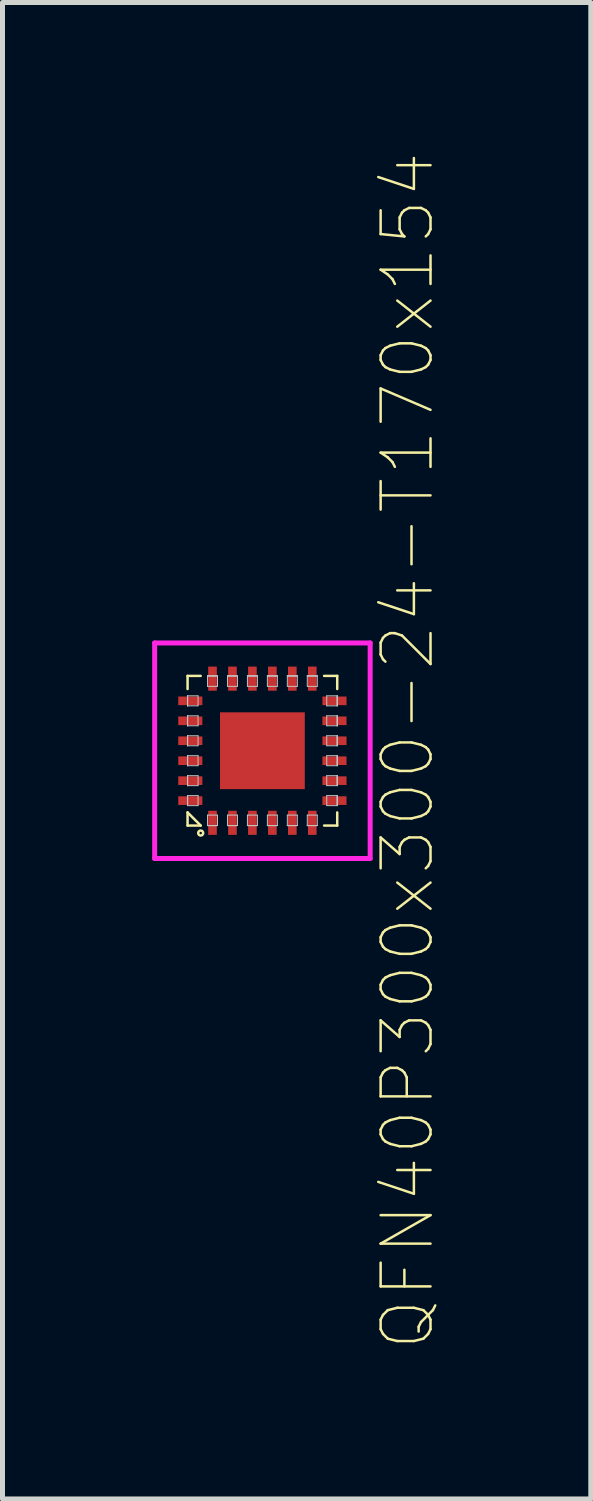
<source format=kicad_pcb>
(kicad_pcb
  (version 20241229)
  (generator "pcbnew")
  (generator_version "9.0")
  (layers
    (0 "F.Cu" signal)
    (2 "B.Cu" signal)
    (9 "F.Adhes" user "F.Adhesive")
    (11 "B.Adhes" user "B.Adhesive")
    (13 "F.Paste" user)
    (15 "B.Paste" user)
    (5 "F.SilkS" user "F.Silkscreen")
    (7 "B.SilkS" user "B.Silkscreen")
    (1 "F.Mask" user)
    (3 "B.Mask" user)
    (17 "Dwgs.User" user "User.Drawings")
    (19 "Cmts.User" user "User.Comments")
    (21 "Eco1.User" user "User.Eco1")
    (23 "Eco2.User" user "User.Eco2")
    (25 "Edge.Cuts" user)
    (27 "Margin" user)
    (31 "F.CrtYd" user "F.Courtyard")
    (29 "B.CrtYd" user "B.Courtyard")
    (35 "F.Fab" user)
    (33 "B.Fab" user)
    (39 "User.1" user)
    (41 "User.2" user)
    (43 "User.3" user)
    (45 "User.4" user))
  (footprint "QFN40P300x300-24-T170x154"
    (layer "F.Cu")
    (at 2.21 11.999)
    (property "Reference" "QFN40P300x300-24-T170x154" (at 2.91 0 90) (layer "F.SilkS") (effects (font (size 1 1) (thickness 0.05))))
    (attr through_hole)
    (fp_line (start -1.5 -1.5) (end -1.5 -1.237) (stroke (width 0.05) (type solid)) (layer "F.SilkS"))
    (fp_line (start -1.5 -1.5) (end -1.237 -1.5) (stroke (width 0.05) (type solid)) (layer "F.SilkS"))
    (fp_line (start -1.5 1.237) (end -1.237 1.5) (stroke (width 0.05) (type solid)) (layer "F.SilkS"))
    (fp_line (start -1.5 1.5) (end -1.5 1.237) (stroke (width 0.05) (type solid)) (layer "F.SilkS"))
    (fp_line (start -1.5 1.5) (end -1.237 1.5) (stroke (width 0.05) (type solid)) (layer "F.SilkS"))
    (fp_line (start 1.5 -1.5) (end 1.237 -1.5) (stroke (width 0.05) (type solid)) (layer "F.SilkS"))
    (fp_line (start 1.5 -1.5) (end 1.5 -1.237) (stroke (width 0.05) (type solid)) (layer "F.SilkS"))
    (fp_line (start 1.5 1.5) (end 1.237 1.5) (stroke (width 0.05) (type solid)) (layer "F.SilkS"))
    (fp_line (start 1.5 1.5) (end 1.5 1.237) (stroke (width 0.05) (type solid)) (layer "F.SilkS"))
    (fp_circle (center -1.237 1.65) (end -1.187 1.65) (stroke (width 0.05) (type solid)) (fill no) (layer "F.SilkS"))
    (fp_line (start -1.5 -1.1) (end -1.5 -1.1) (stroke (width 0.02) (type solid)) (layer "Dwgs.User"))
    (fp_line (start -1.5 -1.1) (end -1.5 -0.9) (stroke (width 0.02) (type solid)) (layer "Dwgs.User"))
    (fp_line (start -1.5 -1.1) (end -1.29 -1.1) (stroke (width 0.02) (type solid)) (layer "Dwgs.User"))
    (fp_line (start -1.5 -0.9) (end -1.5 -1.1) (stroke (width 0.02) (type solid)) (layer "Dwgs.User"))
    (fp_line (start -1.5 -0.9) (end -1.5 -1.1) (stroke (width 0.02) (type solid)) (layer "Dwgs.User"))
    (fp_line (start -1.5 -0.9) (end -1.5 -0.9) (stroke (width 0.02) (type solid)) (layer "Dwgs.User"))
    (fp_line (start -1.5 -0.7) (end -1.5 -0.7) (stroke (width 0.02) (type solid)) (layer "Dwgs.User"))
    (fp_line (start -1.5 -0.7) (end -1.5 -0.5) (stroke (width 0.02) (type solid)) (layer "Dwgs.User"))
    (fp_line (start -1.5 -0.7) (end -1.29 -0.7) (stroke (width 0.02) (type solid)) (layer "Dwgs.User"))
    (fp_line (start -1.5 -0.5) (end -1.5 -0.7) (stroke (width 0.02) (type solid)) (layer "Dwgs.User"))
    (fp_line (start -1.5 -0.5) (end -1.5 -0.7) (stroke (width 0.02) (type solid)) (layer "Dwgs.User"))
    (fp_line (start -1.5 -0.5) (end -1.5 -0.5) (stroke (width 0.02) (type solid)) (layer "Dwgs.User"))
    (fp_line (start -1.5 -0.3) (end -1.5 -0.3) (stroke (width 0.02) (type solid)) (layer "Dwgs.User"))
    (fp_line (start -1.5 -0.3) (end -1.5 -0.1) (stroke (width 0.02) (type solid)) (layer "Dwgs.User"))
    (fp_line (start -1.5 -0.3) (end -1.29 -0.3) (stroke (width 0.02) (type solid)) (layer "Dwgs.User"))
    (fp_line (start -1.5 -0.1) (end -1.5 -0.3) (stroke (width 0.02) (type solid)) (layer "Dwgs.User"))
    (fp_line (start -1.5 -0.1) (end -1.5 -0.3) (stroke (width 0.02) (type solid)) (layer "Dwgs.User"))
    (fp_line (start -1.5 -0.1) (end -1.5 -0.1) (stroke (width 0.02) (type solid)) (layer "Dwgs.User"))
    (fp_line (start -1.5 0.1) (end -1.5 0.1) (stroke (width 0.02) (type solid)) (layer "Dwgs.User"))
    (fp_line (start -1.5 0.1) (end -1.5 0.3) (stroke (width 0.02) (type solid)) (layer "Dwgs.User"))
    (fp_line (start -1.5 0.1) (end -1.29 0.1) (stroke (width 0.02) (type solid)) (layer "Dwgs.User"))
    (fp_line (start -1.5 0.3) (end -1.5 0.1) (stroke (width 0.02) (type solid)) (layer "Dwgs.User"))
    (fp_line (start -1.5 0.3) (end -1.5 0.1) (stroke (width 0.02) (type solid)) (layer "Dwgs.User"))
    (fp_line (start -1.5 0.3) (end -1.5 0.3) (stroke (width 0.02) (type solid)) (layer "Dwgs.User"))
    (fp_line (start -1.5 0.5) (end -1.5 0.5) (stroke (width 0.02) (type solid)) (layer "Dwgs.User"))
    (fp_line (start -1.5 0.5) (end -1.5 0.7) (stroke (width 0.02) (type solid)) (layer "Dwgs.User"))
    (fp_line (start -1.5 0.5) (end -1.29 0.5) (stroke (width 0.02) (type solid)) (layer "Dwgs.User"))
    (fp_line (start -1.5 0.7) (end -1.5 0.5) (stroke (width 0.02) (type solid)) (layer "Dwgs.User"))
    (fp_line (start -1.5 0.7) (end -1.5 0.5) (stroke (width 0.02) (type solid)) (layer "Dwgs.User"))
    (fp_line (start -1.5 0.7) (end -1.5 0.7) (stroke (width 0.02) (type solid)) (layer "Dwgs.User"))
    (fp_line (start -1.5 0.9) (end -1.5 0.9) (stroke (width 0.02) (type solid)) (layer "Dwgs.User"))
    (fp_line (start -1.5 0.9) (end -1.5 1.1) (stroke (width 0.02) (type solid)) (layer "Dwgs.User"))
    (fp_line (start -1.5 0.9) (end -1.29 0.9) (stroke (width 0.02) (type solid)) (layer "Dwgs.User"))
    (fp_line (start -1.5 1.1) (end -1.5 0.9) (stroke (width 0.02) (type solid)) (layer "Dwgs.User"))
    (fp_line (start -1.5 1.1) (end -1.5 0.9) (stroke (width 0.02) (type solid)) (layer "Dwgs.User"))
    (fp_line (start -1.5 1.1) (end -1.5 1.1) (stroke (width 0.02) (type solid)) (layer "Dwgs.User"))
    (fp_line (start -1.29 -1.1) (end -1.29 -0.9) (stroke (width 0.02) (type solid)) (layer "Dwgs.User"))
    (fp_line (start -1.29 -0.9) (end -1.5 -0.9) (stroke (width 0.02) (type solid)) (layer "Dwgs.User"))
    (fp_line (start -1.29 -0.7) (end -1.29 -0.5) (stroke (width 0.02) (type solid)) (layer "Dwgs.User"))
    (fp_line (start -1.29 -0.5) (end -1.5 -0.5) (stroke (width 0.02) (type solid)) (layer "Dwgs.User"))
    (fp_line (start -1.29 -0.3) (end -1.29 -0.1) (stroke (width 0.02) (type solid)) (layer "Dwgs.User"))
    (fp_line (start -1.29 -0.1) (end -1.5 -0.1) (stroke (width 0.02) (type solid)) (layer "Dwgs.User"))
    (fp_line (start -1.29 0.1) (end -1.29 0.3) (stroke (width 0.02) (type solid)) (layer "Dwgs.User"))
    (fp_line (start -1.29 0.3) (end -1.5 0.3) (stroke (width 0.02) (type solid)) (layer "Dwgs.User"))
    (fp_line (start -1.29 0.5) (end -1.29 0.7) (stroke (width 0.02) (type solid)) (layer "Dwgs.User"))
    (fp_line (start -1.29 0.7) (end -1.5 0.7) (stroke (width 0.02) (type solid)) (layer "Dwgs.User"))
    (fp_line (start -1.29 0.9) (end -1.29 1.1) (stroke (width 0.02) (type solid)) (layer "Dwgs.User"))
    (fp_line (start -1.29 1.1) (end -1.5 1.1) (stroke (width 0.02) (type solid)) (layer "Dwgs.User"))
    (fp_line (start -1.1 -1.5) (end -1.1 -1.5) (stroke (width 0.02) (type solid)) (layer "Dwgs.User"))
    (fp_line (start -1.1 -1.5) (end -0.9 -1.5) (stroke (width 0.02) (type solid)) (layer "Dwgs.User"))
    (fp_line (start -1.1 -1.5) (end -0.9 -1.5) (stroke (width 0.02) (type solid)) (layer "Dwgs.User"))
    (fp_line (start -1.1 -1.29) (end -1.1 -1.5) (stroke (width 0.02) (type solid)) (layer "Dwgs.User"))
    (fp_line (start -1.1 1.29) (end -1.1 1.5) (stroke (width 0.02) (type solid)) (layer "Dwgs.User"))
    (fp_line (start -1.1 1.5) (end -1.1 1.5) (stroke (width 0.02) (type solid)) (layer "Dwgs.User"))
    (fp_line (start -1.1 1.5) (end -0.9 1.5) (stroke (width 0.02) (type solid)) (layer "Dwgs.User"))
    (fp_line (start -1.1 1.5) (end -0.9 1.5) (stroke (width 0.02) (type solid)) (layer "Dwgs.User"))
    (fp_line (start -0.9 -1.5) (end -1.1 -1.5) (stroke (width 0.02) (type solid)) (layer "Dwgs.User"))
    (fp_line (start -0.9 -1.5) (end -0.9 -1.5) (stroke (width 0.02) (type solid)) (layer "Dwgs.User"))
    (fp_line (start -0.9 -1.5) (end -0.9 -1.29) (stroke (width 0.02) (type solid)) (layer "Dwgs.User"))
    (fp_line (start -0.9 -1.29) (end -1.1 -1.29) (stroke (width 0.02) (type solid)) (layer "Dwgs.User"))
    (fp_line (start -0.9 1.29) (end -1.1 1.29) (stroke (width 0.02) (type solid)) (layer "Dwgs.User"))
    (fp_line (start -0.9 1.5) (end -1.1 1.5) (stroke (width 0.02) (type solid)) (layer "Dwgs.User"))
    (fp_line (start -0.9 1.5) (end -0.9 1.29) (stroke (width 0.02) (type solid)) (layer "Dwgs.User"))
    (fp_line (start -0.9 1.5) (end -0.9 1.5) (stroke (width 0.02) (type solid)) (layer "Dwgs.User"))
    (fp_line (start -0.7 -1.5) (end -0.7 -1.5) (stroke (width 0.02) (type solid)) (layer "Dwgs.User"))
    (fp_line (start -0.7 -1.5) (end -0.5 -1.5) (stroke (width 0.02) (type solid)) (layer "Dwgs.User"))
    (fp_line (start -0.7 -1.5) (end -0.5 -1.5) (stroke (width 0.02) (type solid)) (layer "Dwgs.User"))
    (fp_line (start -0.7 -1.29) (end -0.7 -1.5) (stroke (width 0.02) (type solid)) (layer "Dwgs.User"))
    (fp_line (start -0.7 1.29) (end -0.7 1.5) (stroke (width 0.02) (type solid)) (layer "Dwgs.User"))
    (fp_line (start -0.7 1.5) (end -0.7 1.5) (stroke (width 0.02) (type solid)) (layer "Dwgs.User"))
    (fp_line (start -0.7 1.5) (end -0.5 1.5) (stroke (width 0.02) (type solid)) (layer "Dwgs.User"))
    (fp_line (start -0.7 1.5) (end -0.5 1.5) (stroke (width 0.02) (type solid)) (layer "Dwgs.User"))
    (fp_line (start -0.5 -1.5) (end -0.7 -1.5) (stroke (width 0.02) (type solid)) (layer "Dwgs.User"))
    (fp_line (start -0.5 -1.5) (end -0.5 -1.5) (stroke (width 0.02) (type solid)) (layer "Dwgs.User"))
    (fp_line (start -0.5 -1.5) (end -0.5 -1.29) (stroke (width 0.02) (type solid)) (layer "Dwgs.User"))
    (fp_line (start -0.5 -1.29) (end -0.7 -1.29) (stroke (width 0.02) (type solid)) (layer "Dwgs.User"))
    (fp_line (start -0.5 1.29) (end -0.7 1.29) (stroke (width 0.02) (type solid)) (layer "Dwgs.User"))
    (fp_line (start -0.5 1.5) (end -0.7 1.5) (stroke (width 0.02) (type solid)) (layer "Dwgs.User"))
    (fp_line (start -0.5 1.5) (end -0.5 1.29) (stroke (width 0.02) (type solid)) (layer "Dwgs.User"))
    (fp_line (start -0.5 1.5) (end -0.5 1.5) (stroke (width 0.02) (type solid)) (layer "Dwgs.User"))
    (fp_line (start -0.3 -1.5) (end -0.3 -1.5) (stroke (width 0.02) (type solid)) (layer "Dwgs.User"))
    (fp_line (start -0.3 -1.5) (end -0.1 -1.5) (stroke (width 0.02) (type solid)) (layer "Dwgs.User"))
    (fp_line (start -0.3 -1.5) (end -0.1 -1.5) (stroke (width 0.02) (type solid)) (layer "Dwgs.User"))
    (fp_line (start -0.3 -1.29) (end -0.3 -1.5) (stroke (width 0.02) (type solid)) (layer "Dwgs.User"))
    (fp_line (start -0.3 1.29) (end -0.3 1.5) (stroke (width 0.02) (type solid)) (layer "Dwgs.User"))
    (fp_line (start -0.3 1.5) (end -0.3 1.5) (stroke (width 0.02) (type solid)) (layer "Dwgs.User"))
    (fp_line (start -0.3 1.5) (end -0.1 1.5) (stroke (width 0.02) (type solid)) (layer "Dwgs.User"))
    (fp_line (start -0.3 1.5) (end -0.1 1.5) (stroke (width 0.02) (type solid)) (layer "Dwgs.User"))
    (fp_line (start -0.1 -1.5) (end -0.3 -1.5) (stroke (width 0.02) (type solid)) (layer "Dwgs.User"))
    (fp_line (start -0.1 -1.5) (end -0.1 -1.5) (stroke (width 0.02) (type solid)) (layer "Dwgs.User"))
    (fp_line (start -0.1 -1.5) (end -0.1 -1.29) (stroke (width 0.02) (type solid)) (layer "Dwgs.User"))
    (fp_line (start -0.1 -1.29) (end -0.3 -1.29) (stroke (width 0.02) (type solid)) (layer "Dwgs.User"))
    (fp_line (start -0.1 1.29) (end -0.3 1.29) (stroke (width 0.02) (type solid)) (layer "Dwgs.User"))
    (fp_line (start -0.1 1.5) (end -0.3 1.5) (stroke (width 0.02) (type solid)) (layer "Dwgs.User"))
    (fp_line (start -0.1 1.5) (end -0.1 1.29) (stroke (width 0.02) (type solid)) (layer "Dwgs.User"))
    (fp_line (start -0.1 1.5) (end -0.1 1.5) (stroke (width 0.02) (type solid)) (layer "Dwgs.User"))
    (fp_line (start 0.1 -1.5) (end 0.1 -1.5) (stroke (width 0.02) (type solid)) (layer "Dwgs.User"))
    (fp_line (start 0.1 -1.5) (end 0.3 -1.5) (stroke (width 0.02) (type solid)) (layer "Dwgs.User"))
    (fp_line (start 0.1 -1.5) (end 0.3 -1.5) (stroke (width 0.02) (type solid)) (layer "Dwgs.User"))
    (fp_line (start 0.1 -1.29) (end 0.1 -1.5) (stroke (width 0.02) (type solid)) (layer "Dwgs.User"))
    (fp_line (start 0.1 1.29) (end 0.1 1.5) (stroke (width 0.02) (type solid)) (layer "Dwgs.User"))
    (fp_line (start 0.1 1.5) (end 0.1 1.5) (stroke (width 0.02) (type solid)) (layer "Dwgs.User"))
    (fp_line (start 0.1 1.5) (end 0.3 1.5) (stroke (width 0.02) (type solid)) (layer "Dwgs.User"))
    (fp_line (start 0.1 1.5) (end 0.3 1.5) (stroke (width 0.02) (type solid)) (layer "Dwgs.User"))
    (fp_line (start 0.3 -1.5) (end 0.1 -1.5) (stroke (width 0.02) (type solid)) (layer "Dwgs.User"))
    (fp_line (start 0.3 -1.5) (end 0.3 -1.5) (stroke (width 0.02) (type solid)) (layer "Dwgs.User"))
    (fp_line (start 0.3 -1.5) (end 0.3 -1.29) (stroke (width 0.02) (type solid)) (layer "Dwgs.User"))
    (fp_line (start 0.3 -1.29) (end 0.1 -1.29) (stroke (width 0.02) (type solid)) (layer "Dwgs.User"))
    (fp_line (start 0.3 1.29) (end 0.1 1.29) (stroke (width 0.02) (type solid)) (layer "Dwgs.User"))
    (fp_line (start 0.3 1.5) (end 0.1 1.5) (stroke (width 0.02) (type solid)) (layer "Dwgs.User"))
    (fp_line (start 0.3 1.5) (end 0.3 1.29) (stroke (width 0.02) (type solid)) (layer "Dwgs.User"))
    (fp_line (start 0.3 1.5) (end 0.3 1.5) (stroke (width 0.02) (type solid)) (layer "Dwgs.User"))
    (fp_line (start 0.5 -1.5) (end 0.5 -1.5) (stroke (width 0.02) (type solid)) (layer "Dwgs.User"))
    (fp_line (start 0.5 -1.5) (end 0.7 -1.5) (stroke (width 0.02) (type solid)) (layer "Dwgs.User"))
    (fp_line (start 0.5 -1.5) (end 0.7 -1.5) (stroke (width 0.02) (type solid)) (layer "Dwgs.User"))
    (fp_line (start 0.5 -1.29) (end 0.5 -1.5) (stroke (width 0.02) (type solid)) (layer "Dwgs.User"))
    (fp_line (start 0.5 1.29) (end 0.5 1.5) (stroke (width 0.02) (type solid)) (layer "Dwgs.User"))
    (fp_line (start 0.5 1.5) (end 0.5 1.5) (stroke (width 0.02) (type solid)) (layer "Dwgs.User"))
    (fp_line (start 0.5 1.5) (end 0.7 1.5) (stroke (width 0.02) (type solid)) (layer "Dwgs.User"))
    (fp_line (start 0.5 1.5) (end 0.7 1.5) (stroke (width 0.02) (type solid)) (layer "Dwgs.User"))
    (fp_line (start 0.7 -1.5) (end 0.5 -1.5) (stroke (width 0.02) (type solid)) (layer "Dwgs.User"))
    (fp_line (start 0.7 -1.5) (end 0.7 -1.5) (stroke (width 0.02) (type solid)) (layer "Dwgs.User"))
    (fp_line (start 0.7 -1.5) (end 0.7 -1.29) (stroke (width 0.02) (type solid)) (layer "Dwgs.User"))
    (fp_line (start 0.7 -1.29) (end 0.5 -1.29) (stroke (width 0.02) (type solid)) (layer "Dwgs.User"))
    (fp_line (start 0.7 1.29) (end 0.5 1.29) (stroke (width 0.02) (type solid)) (layer "Dwgs.User"))
    (fp_line (start 0.7 1.5) (end 0.5 1.5) (stroke (width 0.02) (type solid)) (layer "Dwgs.User"))
    (fp_line (start 0.7 1.5) (end 0.7 1.29) (stroke (width 0.02) (type solid)) (layer "Dwgs.User"))
    (fp_line (start 0.7 1.5) (end 0.7 1.5) (stroke (width 0.02) (type solid)) (layer "Dwgs.User"))
    (fp_line (start 0.9 -1.5) (end 0.9 -1.5) (stroke (width 0.02) (type solid)) (layer "Dwgs.User"))
    (fp_line (start 0.9 -1.5) (end 1.1 -1.5) (stroke (width 0.02) (type solid)) (layer "Dwgs.User"))
    (fp_line (start 0.9 -1.5) (end 1.1 -1.5) (stroke (width 0.02) (type solid)) (layer "Dwgs.User"))
    (fp_line (start 0.9 -1.29) (end 0.9 -1.5) (stroke (width 0.02) (type solid)) (layer "Dwgs.User"))
    (fp_line (start 0.9 1.29) (end 0.9 1.5) (stroke (width 0.02) (type solid)) (layer "Dwgs.User"))
    (fp_line (start 0.9 1.5) (end 0.9 1.5) (stroke (width 0.02) (type solid)) (layer "Dwgs.User"))
    (fp_line (start 0.9 1.5) (end 1.1 1.5) (stroke (width 0.02) (type solid)) (layer "Dwgs.User"))
    (fp_line (start 0.9 1.5) (end 1.1 1.5) (stroke (width 0.02) (type solid)) (layer "Dwgs.User"))
    (fp_line (start 1.1 -1.5) (end 0.9 -1.5) (stroke (width 0.02) (type solid)) (layer "Dwgs.User"))
    (fp_line (start 1.1 -1.5) (end 1.1 -1.5) (stroke (width 0.02) (type solid)) (layer "Dwgs.User"))
    (fp_line (start 1.1 -1.5) (end 1.1 -1.29) (stroke (width 0.02) (type solid)) (layer "Dwgs.User"))
    (fp_line (start 1.1 -1.29) (end 0.9 -1.29) (stroke (width 0.02) (type solid)) (layer "Dwgs.User"))
    (fp_line (start 1.1 1.29) (end 0.9 1.29) (stroke (width 0.02) (type solid)) (layer "Dwgs.User"))
    (fp_line (start 1.1 1.5) (end 0.9 1.5) (stroke (width 0.02) (type solid)) (layer "Dwgs.User"))
    (fp_line (start 1.1 1.5) (end 1.1 1.29) (stroke (width 0.02) (type solid)) (layer "Dwgs.User"))
    (fp_line (start 1.1 1.5) (end 1.1 1.5) (stroke (width 0.02) (type solid)) (layer "Dwgs.User"))
    (fp_line (start 1.29 -1.1) (end 1.29 -0.9) (stroke (width 0.02) (type solid)) (layer "Dwgs.User"))
    (fp_line (start 1.29 -0.9) (end 1.5 -0.9) (stroke (width 0.02) (type solid)) (layer "Dwgs.User"))
    (fp_line (start 1.29 -0.7) (end 1.29 -0.5) (stroke (width 0.02) (type solid)) (layer "Dwgs.User"))
    (fp_line (start 1.29 -0.5) (end 1.5 -0.5) (stroke (width 0.02) (type solid)) (layer "Dwgs.User"))
    (fp_line (start 1.29 -0.3) (end 1.29 -0.1) (stroke (width 0.02) (type solid)) (layer "Dwgs.User"))
    (fp_line (start 1.29 -0.1) (end 1.5 -0.1) (stroke (width 0.02) (type solid)) (layer "Dwgs.User"))
    (fp_line (start 1.29 0.1) (end 1.29 0.3) (stroke (width 0.02) (type solid)) (layer "Dwgs.User"))
    (fp_line (start 1.29 0.3) (end 1.5 0.3) (stroke (width 0.02) (type solid)) (layer "Dwgs.User"))
    (fp_line (start 1.29 0.5) (end 1.29 0.7) (stroke (width 0.02) (type solid)) (layer "Dwgs.User"))
    (fp_line (start 1.29 0.7) (end 1.5 0.7) (stroke (width 0.02) (type solid)) (layer "Dwgs.User"))
    (fp_line (start 1.29 0.9) (end 1.29 1.1) (stroke (width 0.02) (type solid)) (layer "Dwgs.User"))
    (fp_line (start 1.29 1.1) (end 1.5 1.1) (stroke (width 0.02) (type solid)) (layer "Dwgs.User"))
    (fp_line (start 1.5 -1.1) (end 1.29 -1.1) (stroke (width 0.02) (type solid)) (layer "Dwgs.User"))
    (fp_line (start 1.5 -1.1) (end 1.5 -1.1) (stroke (width 0.02) (type solid)) (layer "Dwgs.User"))
    (fp_line (start 1.5 -1.1) (end 1.5 -0.9) (stroke (width 0.02) (type solid)) (layer "Dwgs.User"))
    (fp_line (start 1.5 -0.9) (end 1.5 -1.1) (stroke (width 0.02) (type solid)) (layer "Dwgs.User"))
    (fp_line (start 1.5 -0.9) (end 1.5 -1.1) (stroke (width 0.02) (type solid)) (layer "Dwgs.User"))
    (fp_line (start 1.5 -0.9) (end 1.5 -0.9) (stroke (width 0.02) (type solid)) (layer "Dwgs.User"))
    (fp_line (start 1.5 -0.7) (end 1.29 -0.7) (stroke (width 0.02) (type solid)) (layer "Dwgs.User"))
    (fp_line (start 1.5 -0.7) (end 1.5 -0.7) (stroke (width 0.02) (type solid)) (layer "Dwgs.User"))
    (fp_line (start 1.5 -0.7) (end 1.5 -0.5) (stroke (width 0.02) (type solid)) (layer "Dwgs.User"))
    (fp_line (start 1.5 -0.5) (end 1.5 -0.7) (stroke (width 0.02) (type solid)) (layer "Dwgs.User"))
    (fp_line (start 1.5 -0.5) (end 1.5 -0.7) (stroke (width 0.02) (type solid)) (layer "Dwgs.User"))
    (fp_line (start 1.5 -0.5) (end 1.5 -0.5) (stroke (width 0.02) (type solid)) (layer "Dwgs.User"))
    (fp_line (start 1.5 -0.3) (end 1.29 -0.3) (stroke (width 0.02) (type solid)) (layer "Dwgs.User"))
    (fp_line (start 1.5 -0.3) (end 1.5 -0.3) (stroke (width 0.02) (type solid)) (layer "Dwgs.User"))
    (fp_line (start 1.5 -0.3) (end 1.5 -0.1) (stroke (width 0.02) (type solid)) (layer "Dwgs.User"))
    (fp_line (start 1.5 -0.1) (end 1.5 -0.3) (stroke (width 0.02) (type solid)) (layer "Dwgs.User"))
    (fp_line (start 1.5 -0.1) (end 1.5 -0.3) (stroke (width 0.02) (type solid)) (layer "Dwgs.User"))
    (fp_line (start 1.5 -0.1) (end 1.5 -0.1) (stroke (width 0.02) (type solid)) (layer "Dwgs.User"))
    (fp_line (start 1.5 0.1) (end 1.29 0.1) (stroke (width 0.02) (type solid)) (layer "Dwgs.User"))
    (fp_line (start 1.5 0.1) (end 1.5 0.1) (stroke (width 0.02) (type solid)) (layer "Dwgs.User"))
    (fp_line (start 1.5 0.1) (end 1.5 0.3) (stroke (width 0.02) (type solid)) (layer "Dwgs.User"))
    (fp_line (start 1.5 0.3) (end 1.5 0.1) (stroke (width 0.02) (type solid)) (layer "Dwgs.User"))
    (fp_line (start 1.5 0.3) (end 1.5 0.1) (stroke (width 0.02) (type solid)) (layer "Dwgs.User"))
    (fp_line (start 1.5 0.3) (end 1.5 0.3) (stroke (width 0.02) (type solid)) (layer "Dwgs.User"))
    (fp_line (start 1.5 0.5) (end 1.29 0.5) (stroke (width 0.02) (type solid)) (layer "Dwgs.User"))
    (fp_line (start 1.5 0.5) (end 1.5 0.5) (stroke (width 0.02) (type solid)) (layer "Dwgs.User"))
    (fp_line (start 1.5 0.5) (end 1.5 0.7) (stroke (width 0.02) (type solid)) (layer "Dwgs.User"))
    (fp_line (start 1.5 0.7) (end 1.5 0.5) (stroke (width 0.02) (type solid)) (layer "Dwgs.User"))
    (fp_line (start 1.5 0.7) (end 1.5 0.5) (stroke (width 0.02) (type solid)) (layer "Dwgs.User"))
    (fp_line (start 1.5 0.7) (end 1.5 0.7) (stroke (width 0.02) (type solid)) (layer "Dwgs.User"))
    (fp_line (start 1.5 0.9) (end 1.29 0.9) (stroke (width 0.02) (type solid)) (layer "Dwgs.User"))
    (fp_line (start 1.5 0.9) (end 1.5 0.9) (stroke (width 0.02) (type solid)) (layer "Dwgs.User"))
    (fp_line (start 1.5 0.9) (end 1.5 1.1) (stroke (width 0.02) (type solid)) (layer "Dwgs.User"))
    (fp_line (start 1.5 1.1) (end 1.5 0.9) (stroke (width 0.02) (type solid)) (layer "Dwgs.User"))
    (fp_line (start 1.5 1.1) (end 1.5 0.9) (stroke (width 0.02) (type solid)) (layer "Dwgs.User"))
    (fp_line (start 1.5 1.1) (end 1.5 1.1) (stroke (width 0.02) (type solid)) (layer "Dwgs.User"))
    (fp_line (start -0.75 0) (end 0.75 0) (stroke (width 0.05) (type solid)) (layer "Eco1.User"))
    (fp_line (start 0 -0.75) (end 0 0.75) (stroke (width 0.05) (type solid)) (layer "Eco1.User"))
    (fp_circle (center 0 0) (end 0.5 0) (stroke (width 0.05) (type solid)) (fill no) (layer "Eco1.User"))
    (fp_line (start -2.16 -2.16) (end -2.16 2.16) (stroke (width 0.1) (type solid)) (layer "F.CrtYd"))
    (fp_line (start -2.16 2.16) (end 2.16 2.16) (stroke (width 0.1) (type solid)) (layer "F.CrtYd"))
    (fp_line (start 2.16 -2.16) (end -2.16 -2.16) (stroke (width 0.1) (type solid)) (layer "F.CrtYd"))
    (fp_line (start 2.16 2.16) (end 2.16 -2.16) (stroke (width 0.1) (type solid)) (layer "F.CrtYd"))
    (pad "1" smd rect (at -1 1.445) (size 0.173 0.483) (layers "F.Cu" "F.Mask" "F.Paste"))
    (pad "2" smd rect (at -0.6 1.445) (size 0.173 0.483) (layers "F.Cu" "F.Mask" "F.Paste"))
    (pad "3" smd rect (at -0.2 1.445) (size 0.173 0.483) (layers "F.Cu" "F.Mask" "F.Paste"))
    (pad "4" smd rect (at 0.2 1.445) (size 0.173 0.483) (layers "F.Cu" "F.Mask" "F.Paste"))
    (pad "5" smd rect (at 0.6 1.445) (size 0.173 0.483) (layers "F.Cu" "F.Mask" "F.Paste"))
    (pad "6" smd rect (at 1 1.445) (size 0.173 0.483) (layers "F.Cu" "F.Mask" "F.Paste"))
    (pad "7" smd rect (at 1.445 1) (size 0.483 0.173) (layers "F.Cu" "F.Mask" "F.Paste"))
    (pad "8" smd rect (at 1.445 0.6) (size 0.483 0.173) (layers "F.Cu" "F.Mask" "F.Paste"))
    (pad "9" smd rect (at 1.445 0.2) (size 0.483 0.173) (layers "F.Cu" "F.Mask" "F.Paste"))
    (pad "10" smd rect (at 1.445 -0.2) (size 0.483 0.173) (layers "F.Cu" "F.Mask" "F.Paste"))
    (pad "11" smd rect (at 1.445 -0.6) (size 0.483 0.173) (layers "F.Cu" "F.Mask" "F.Paste"))
    (pad "12" smd rect (at 1.445 -1) (size 0.483 0.173) (layers "F.Cu" "F.Mask" "F.Paste"))
    (pad "13" smd rect (at 1 -1.445) (size 0.173 0.483) (layers "F.Cu" "F.Mask" "F.Paste"))
    (pad "14" smd rect (at 0.6 -1.445) (size 0.173 0.483) (layers "F.Cu" "F.Mask" "F.Paste"))
    (pad "15" smd rect (at 0.2 -1.445) (size 0.173 0.483) (layers "F.Cu" "F.Mask" "F.Paste"))
    (pad "16" smd rect (at -0.2 -1.445) (size 0.173 0.483) (layers "F.Cu" "F.Mask" "F.Paste"))
    (pad "17" smd rect (at -0.6 -1.445) (size 0.173 0.483) (layers "F.Cu" "F.Mask" "F.Paste"))
    (pad "18" smd rect (at -1 -1.445) (size 0.173 0.483) (layers "F.Cu" "F.Mask" "F.Paste"))
    (pad "19" smd rect (at -1.445 -1) (size 0.483 0.173) (layers "F.Cu" "F.Mask" "F.Paste"))
    (pad "20" smd rect (at -1.445 -0.6) (size 0.483 0.173) (layers "F.Cu" "F.Mask" "F.Paste"))
    (pad "21" smd rect (at -1.445 -0.2) (size 0.483 0.173) (layers "F.Cu" "F.Mask" "F.Paste"))
    (pad "22" smd rect (at -1.445 0.2) (size 0.483 0.173) (layers "F.Cu" "F.Mask" "F.Paste"))
    (pad "23" smd rect (at -1.445 0.6) (size 0.483 0.173) (layers "F.Cu" "F.Mask" "F.Paste"))
    (pad "24" smd rect (at -1.445 1) (size 0.483 0.173) (layers "F.Cu" "F.Mask" "F.Paste"))
    (pad "EP" smd rect (at 0 0) (size 1.7 1.54) (layers "F.Cu" "F.Mask" "F.Paste")))
  (gr_rect
    (start -3 -3)
    (end 8.793 26.998)
    (stroke (width 0.1) (type default))
    (fill no)
    (layer "Edge.Cuts")))
</source>
